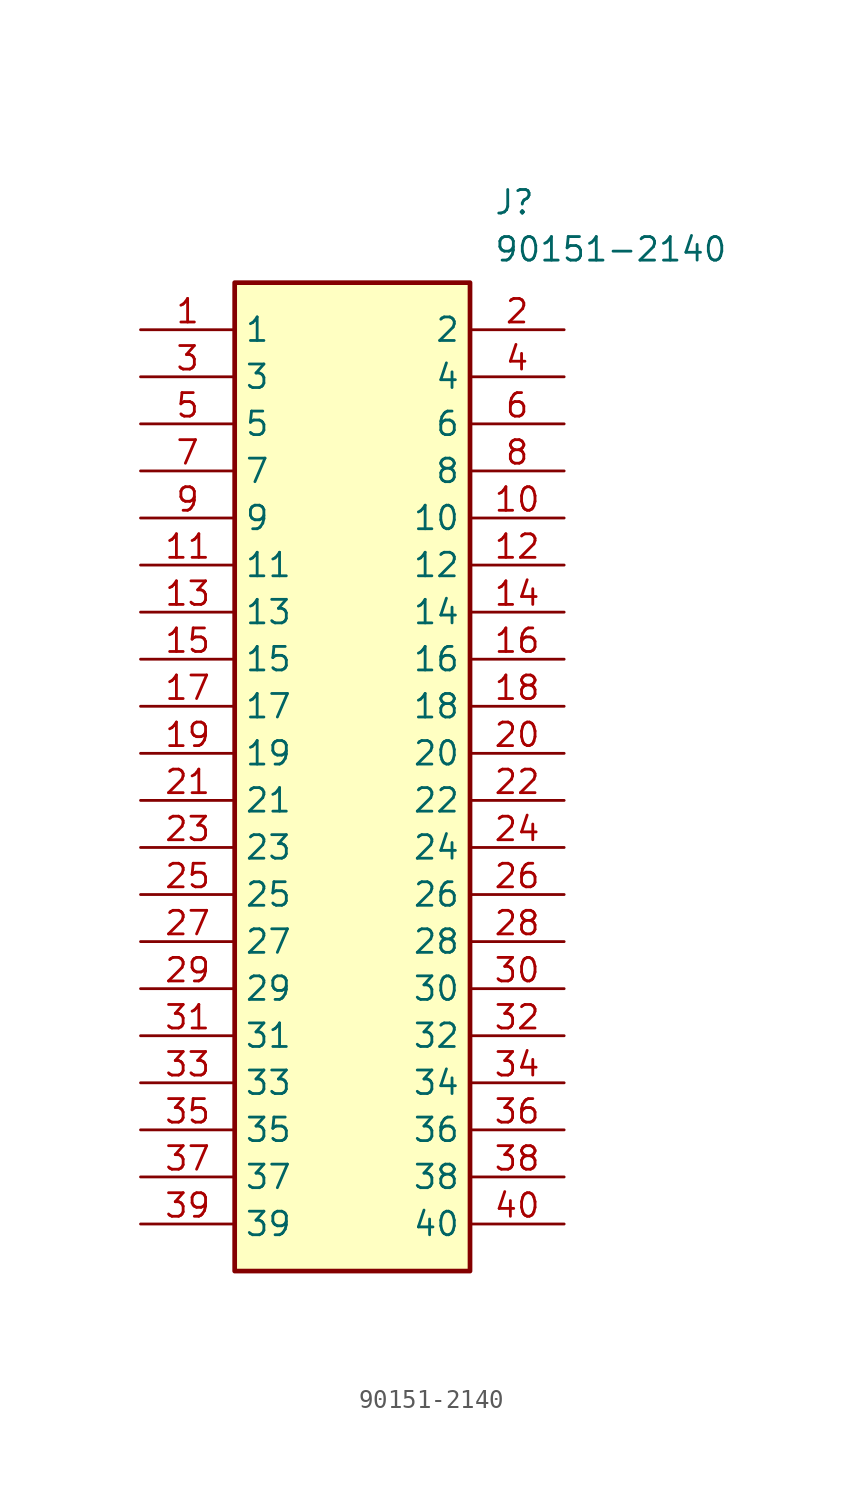
<source format=kicad_sym>
(kicad_symbol_lib
  (version 20211014)
  (generator SamacSys_ECAD_Model)
  (symbol "90151-2140"
    (property "Reference" "J"
      (at 19.05 7.62 0)
      (effects (font (size 1.27 1.27)) (justify left top)))
    (property "Value" "90151-2140"
      (at 19.05 5.08 0)
      (effects (font (size 1.27 1.27)) (justify left top)))
    (rectangle
      (start 5.08 2.54)
      (end 17.78 -50.8)
      (stroke (width 0.254) (type default))
      (fill (type background)))
    (pin passive line
      (at 0 0 0)
      (length 5.08)
      (name "1" (effects (font (size 1.27 1.27))))
      (number "1" (effects (font (size 1.27 1.27)))))
    (pin passive line
      (at 0 -2.54 0)
      (length 5.08)
      (name "3" (effects (font (size 1.27 1.27))))
      (number "3" (effects (font (size 1.27 1.27)))))
    (pin passive line
      (at 0 -5.08 0)
      (length 5.08)
      (name "5" (effects (font (size 1.27 1.27))))
      (number "5" (effects (font (size 1.27 1.27)))))
    (pin passive line
      (at 0 -7.62 0)
      (length 5.08)
      (name "7" (effects (font (size 1.27 1.27))))
      (number "7" (effects (font (size 1.27 1.27)))))
    (pin passive line
      (at 0 -10.16 0)
      (length 5.08)
      (name "9" (effects (font (size 1.27 1.27))))
      (number "9" (effects (font (size 1.27 1.27)))))
    (pin passive line
      (at 0 -12.7 0)
      (length 5.08)
      (name "11" (effects (font (size 1.27 1.27))))
      (number "11" (effects (font (size 1.27 1.27)))))
    (pin passive line
      (at 0 -15.24 0)
      (length 5.08)
      (name "13" (effects (font (size 1.27 1.27))))
      (number "13" (effects (font (size 1.27 1.27)))))
    (pin passive line
      (at 0 -17.78 0)
      (length 5.08)
      (name "15" (effects (font (size 1.27 1.27))))
      (number "15" (effects (font (size 1.27 1.27)))))
    (pin passive line
      (at 0 -20.32 0)
      (length 5.08)
      (name "17" (effects (font (size 1.27 1.27))))
      (number "17" (effects (font (size 1.27 1.27)))))
    (pin passive line
      (at 0 -22.86 0)
      (length 5.08)
      (name "19" (effects (font (size 1.27 1.27))))
      (number "19" (effects (font (size 1.27 1.27)))))
    (pin passive line
      (at 0 -25.4 0)
      (length 5.08)
      (name "21" (effects (font (size 1.27 1.27))))
      (number "21" (effects (font (size 1.27 1.27)))))
    (pin passive line
      (at 0 -27.94 0)
      (length 5.08)
      (name "23" (effects (font (size 1.27 1.27))))
      (number "23" (effects (font (size 1.27 1.27)))))
    (pin passive line
      (at 0 -30.48 0)
      (length 5.08)
      (name "25" (effects (font (size 1.27 1.27))))
      (number "25" (effects (font (size 1.27 1.27)))))
    (pin passive line
      (at 0 -33.02 0)
      (length 5.08)
      (name "27" (effects (font (size 1.27 1.27))))
      (number "27" (effects (font (size 1.27 1.27)))))
    (pin passive line
      (at 0 -35.56 0)
      (length 5.08)
      (name "29" (effects (font (size 1.27 1.27))))
      (number "29" (effects (font (size 1.27 1.27)))))
    (pin passive line
      (at 0 -38.1 0)
      (length 5.08)
      (name "31" (effects (font (size 1.27 1.27))))
      (number "31" (effects (font (size 1.27 1.27)))))
    (pin passive line
      (at 0 -40.64 0)
      (length 5.08)
      (name "33" (effects (font (size 1.27 1.27))))
      (number "33" (effects (font (size 1.27 1.27)))))
    (pin passive line
      (at 0 -43.18 0)
      (length 5.08)
      (name "35" (effects (font (size 1.27 1.27))))
      (number "35" (effects (font (size 1.27 1.27)))))
    (pin passive line
      (at 0 -45.72 0)
      (length 5.08)
      (name "37" (effects (font (size 1.27 1.27))))
      (number "37" (effects (font (size 1.27 1.27)))))
    (pin passive line
      (at 0 -48.26 0)
      (length 5.08)
      (name "39" (effects (font (size 1.27 1.27))))
      (number "39" (effects (font (size 1.27 1.27)))))
    (pin passive line
      (at 22.86 0 180)
      (length 5.08)
      (name "2" (effects (font (size 1.27 1.27))))
      (number "2" (effects (font (size 1.27 1.27)))))
    (pin passive line
      (at 22.86 -2.54 180)
      (length 5.08)
      (name "4" (effects (font (size 1.27 1.27))))
      (number "4" (effects (font (size 1.27 1.27)))))
    (pin passive line
      (at 22.86 -5.08 180)
      (length 5.08)
      (name "6" (effects (font (size 1.27 1.27))))
      (number "6" (effects (font (size 1.27 1.27)))))
    (pin passive line
      (at 22.86 -7.62 180)
      (length 5.08)
      (name "8" (effects (font (size 1.27 1.27))))
      (number "8" (effects (font (size 1.27 1.27)))))
    (pin passive line
      (at 22.86 -10.16 180)
      (length 5.08)
      (name "10" (effects (font (size 1.27 1.27))))
      (number "10" (effects (font (size 1.27 1.27)))))
    (pin passive line
      (at 22.86 -12.7 180)
      (length 5.08)
      (name "12" (effects (font (size 1.27 1.27))))
      (number "12" (effects (font (size 1.27 1.27)))))
    (pin passive line
      (at 22.86 -15.24 180)
      (length 5.08)
      (name "14" (effects (font (size 1.27 1.27))))
      (number "14" (effects (font (size 1.27 1.27)))))
    (pin passive line
      (at 22.86 -17.78 180)
      (length 5.08)
      (name "16" (effects (font (size 1.27 1.27))))
      (number "16" (effects (font (size 1.27 1.27)))))
    (pin passive line
      (at 22.86 -20.32 180)
      (length 5.08)
      (name "18" (effects (font (size 1.27 1.27))))
      (number "18" (effects (font (size 1.27 1.27)))))
    (pin passive line
      (at 22.86 -22.86 180)
      (length 5.08)
      (name "20" (effects (font (size 1.27 1.27))))
      (number "20" (effects (font (size 1.27 1.27)))))
    (pin passive line
      (at 22.86 -25.4 180)
      (length 5.08)
      (name "22" (effects (font (size 1.27 1.27))))
      (number "22" (effects (font (size 1.27 1.27)))))
    (pin passive line
      (at 22.86 -27.94 180)
      (length 5.08)
      (name "24" (effects (font (size 1.27 1.27))))
      (number "24" (effects (font (size 1.27 1.27)))))
    (pin passive line
      (at 22.86 -30.48 180)
      (length 5.08)
      (name "26" (effects (font (size 1.27 1.27))))
      (number "26" (effects (font (size 1.27 1.27)))))
    (pin passive line
      (at 22.86 -33.02 180)
      (length 5.08)
      (name "28" (effects (font (size 1.27 1.27))))
      (number "28" (effects (font (size 1.27 1.27)))))
    (pin passive line
      (at 22.86 -35.56 180)
      (length 5.08)
      (name "30" (effects (font (size 1.27 1.27))))
      (number "30" (effects (font (size 1.27 1.27)))))
    (pin passive line
      (at 22.86 -38.1 180)
      (length 5.08)
      (name "32" (effects (font (size 1.27 1.27))))
      (number "32" (effects (font (size 1.27 1.27)))))
    (pin passive line
      (at 22.86 -40.64 180)
      (length 5.08)
      (name "34" (effects (font (size 1.27 1.27))))
      (number "34" (effects (font (size 1.27 1.27)))))
    (pin passive line
      (at 22.86 -43.18 180)
      (length 5.08)
      (name "36" (effects (font (size 1.27 1.27))))
      (number "36" (effects (font (size 1.27 1.27)))))
    (pin passive line
      (at 22.86 -45.72 180)
      (length 5.08)
      (name "38" (effects (font (size 1.27 1.27))))
      (number "38" (effects (font (size 1.27 1.27)))))
    (pin passive line
      (at 22.86 -48.26 180)
      (length 5.08)
      (name "40" (effects (font (size 1.27 1.27))))
      (number "40" (effects (font (size 1.27 1.27)))))))
</source>
